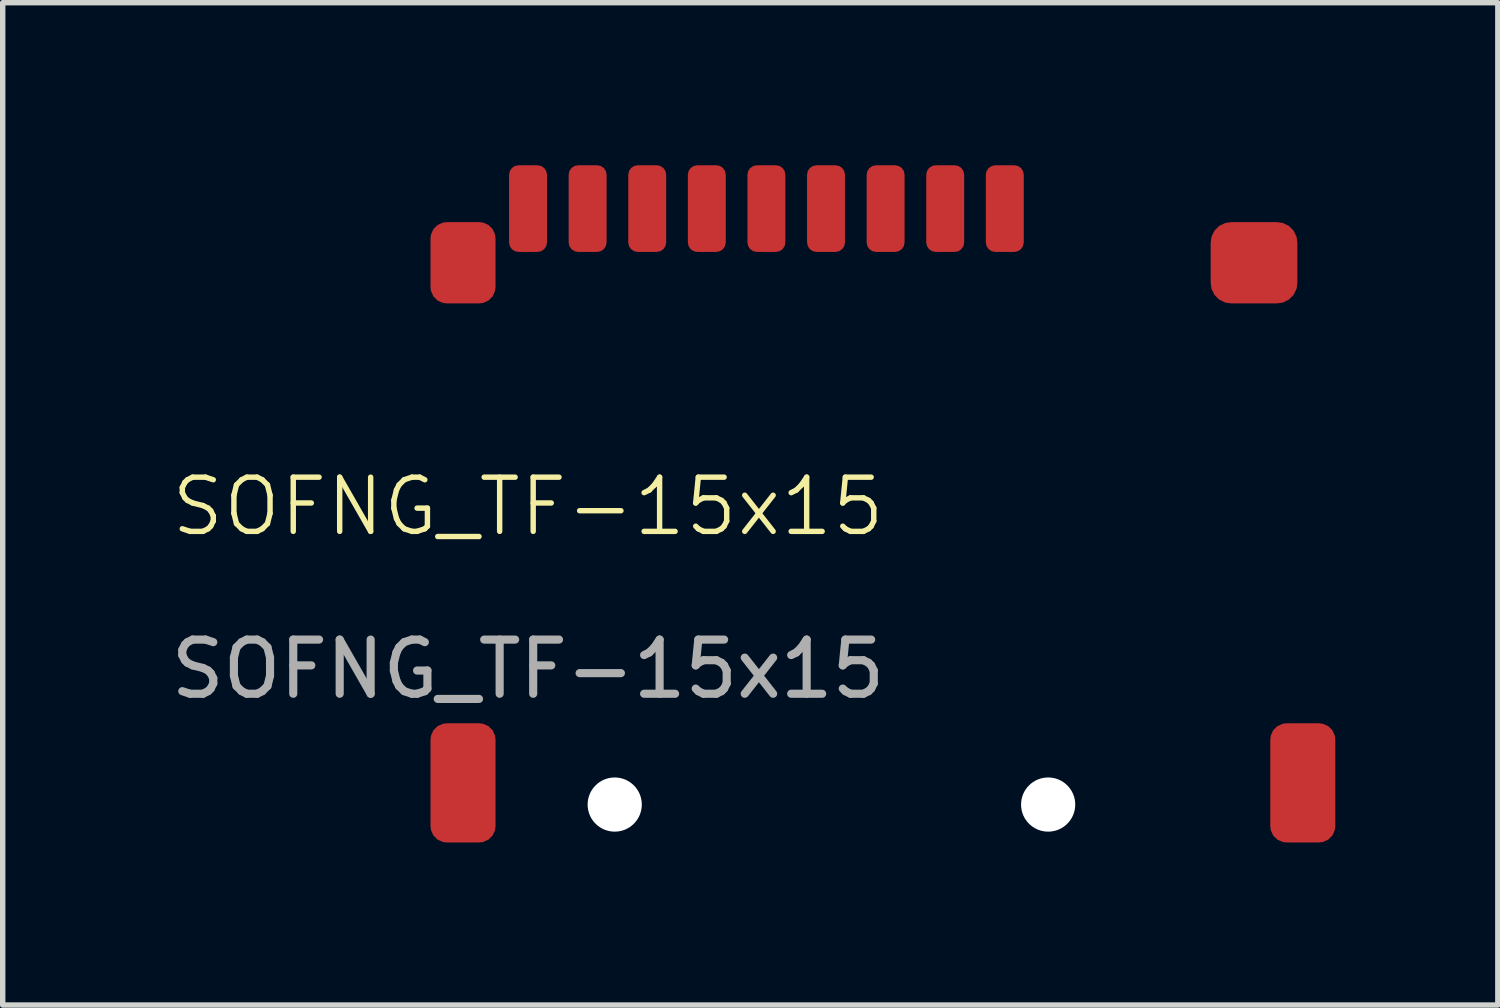
<source format=kicad_pcb>
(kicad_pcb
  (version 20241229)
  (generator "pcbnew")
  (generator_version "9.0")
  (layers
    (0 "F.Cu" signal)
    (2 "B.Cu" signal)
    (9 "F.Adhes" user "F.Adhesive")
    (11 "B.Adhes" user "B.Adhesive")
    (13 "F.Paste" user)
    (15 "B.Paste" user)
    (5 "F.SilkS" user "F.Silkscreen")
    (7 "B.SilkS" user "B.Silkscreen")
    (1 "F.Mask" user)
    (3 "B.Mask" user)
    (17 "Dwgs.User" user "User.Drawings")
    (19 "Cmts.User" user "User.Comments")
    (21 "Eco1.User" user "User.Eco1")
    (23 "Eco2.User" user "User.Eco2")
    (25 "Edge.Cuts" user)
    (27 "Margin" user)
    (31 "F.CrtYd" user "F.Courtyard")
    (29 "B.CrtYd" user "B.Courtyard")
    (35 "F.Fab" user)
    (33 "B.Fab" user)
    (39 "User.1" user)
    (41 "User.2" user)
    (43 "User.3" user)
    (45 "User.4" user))
  (footprint "SOFNG_TF-15x15"
    (layer "F.Cu")
    (at 6.696 6.8)
    (property "Reference" "SOFNG_TF-15x15" (at 0 -0.5 0) (unlocked yes) (layer "F.SilkS") (effects (font (size 1 1) (thickness 0.1))))
    (attr smd)
    (fp_text user "${REFERENCE}" (at 0 2.5 0) (unlocked yes) (layer "F.Fab") (effects (font (size 1 1) (thickness 0.15))))
    (pad "" np_thru_hole circle (at 1.6 5) (size 1 1) (drill 1) (layers "*.Cu" "*.Mask"))
    (pad "" np_thru_hole circle (at 9.6 5) (size 1 1) (drill 1) (layers "*.Cu" "*.Mask"))
    (pad "1" smd roundrect (at 8.8 -6) (size 0.7 1.6) (layers "F.Cu" "F.Mask" "F.Paste") (roundrect_rratio 0.25))
    (pad "2" smd roundrect (at 7.7 -6) (size 0.7 1.6) (layers "F.Cu" "F.Mask" "F.Paste") (roundrect_rratio 0.25))
    (pad "3" smd roundrect (at 6.6 -6) (size 0.7 1.6) (layers "F.Cu" "F.Mask" "F.Paste") (roundrect_rratio 0.25))
    (pad "4" smd roundrect (at 5.5 -6) (size 0.7 1.6) (layers "F.Cu" "F.Mask" "F.Paste") (roundrect_rratio 0.25))
    (pad "5" smd roundrect (at 4.4 -6) (size 0.7 1.6) (layers "F.Cu" "F.Mask" "F.Paste") (roundrect_rratio 0.25))
    (pad "6" smd roundrect (at 3.3 -6) (size 0.7 1.6) (layers "F.Cu" "F.Mask" "F.Paste") (roundrect_rratio 0.25))
    (pad "7" smd roundrect (at 2.2 -6) (size 0.7 1.6) (layers "F.Cu" "F.Mask" "F.Paste") (roundrect_rratio 0.25))
    (pad "8" smd roundrect (at 1.1 -6) (size 0.7 1.6) (layers "F.Cu" "F.Mask" "F.Paste") (roundrect_rratio 0.25))
    (pad "9" smd roundrect (at 0 -6) (size 0.7 1.6) (layers "F.Cu" "F.Mask" "F.Paste") (roundrect_rratio 0.25))
    (pad "10" smd roundrect (at -1.2 -5) (size 1.2 1.5) (layers "F.Cu" "F.Mask" "F.Paste") (roundrect_rratio 0.25))
    (pad "10" smd roundrect (at 13.4 -5) (size 1.6 1.5) (layers "F.Cu" "F.Mask" "F.Paste") (roundrect_rratio 0.25))
    (pad "11" smd roundrect (at -1.2 4.6) (size 1.2 2.2) (layers "F.Cu" "F.Mask" "F.Paste") (roundrect_rratio 0.25))
    (pad "11" smd roundrect (at 14.3 4.6) (size 1.2 2.2) (layers "F.Cu" "F.Mask" "F.Paste") (roundrect_rratio 0.25)))
  (gr_rect
    (start -3 -3)
    (end 24.596 15.5)
    (stroke (width 0.1) (type default))
    (fill no)
    (layer "Edge.Cuts")))
</source>
